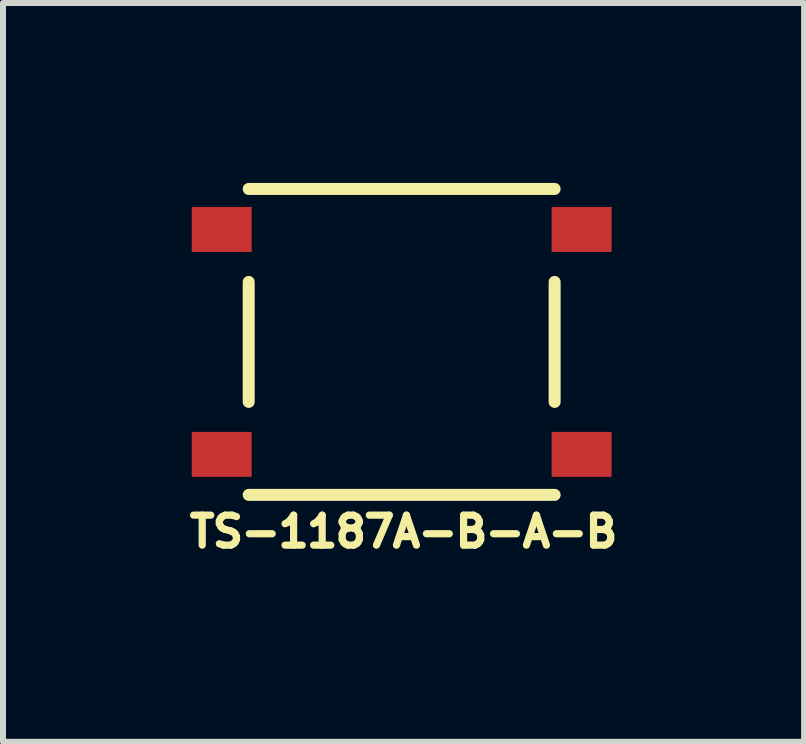
<source format=kicad_pcb>
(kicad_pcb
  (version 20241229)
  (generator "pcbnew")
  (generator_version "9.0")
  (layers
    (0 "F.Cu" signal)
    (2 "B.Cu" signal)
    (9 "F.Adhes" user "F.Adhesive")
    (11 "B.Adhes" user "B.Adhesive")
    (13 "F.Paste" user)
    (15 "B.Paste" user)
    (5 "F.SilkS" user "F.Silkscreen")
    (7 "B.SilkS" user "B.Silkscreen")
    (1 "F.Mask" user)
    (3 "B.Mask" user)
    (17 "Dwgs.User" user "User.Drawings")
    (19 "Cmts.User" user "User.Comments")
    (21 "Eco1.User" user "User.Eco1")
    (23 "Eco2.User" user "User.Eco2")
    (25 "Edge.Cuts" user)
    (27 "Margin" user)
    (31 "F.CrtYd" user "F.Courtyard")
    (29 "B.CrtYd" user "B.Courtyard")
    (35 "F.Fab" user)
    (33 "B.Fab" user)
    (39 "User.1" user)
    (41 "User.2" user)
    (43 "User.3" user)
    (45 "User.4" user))
  (footprint "TS-1187A-B-A-B"
    (layer "F.Cu")
    (at 3.646 2.65)
    (property "Reference" "TS-1187A-B-A-B" (at 0.032 3.163 0) (layer "F.SilkS") (effects (font (size 0.5 0.5) (thickness 0.12))))
    (attr through_hole)
    (fp_line (start -2.55 -2.55) (end 2.55 -2.55) (stroke (width 0.2) (type solid)) (layer "F.SilkS"))
    (fp_line (start -2.55 -1) (end -2.55 1) (stroke (width 0.2) (type solid)) (layer "F.SilkS"))
    (fp_line (start -2.55 2.55) (end 2.55 2.55) (stroke (width 0.2) (type solid)) (layer "F.SilkS"))
    (fp_line (start 2.55 -1) (end 2.55 1) (stroke (width 0.2) (type solid)) (layer "F.SilkS"))
    (pad "1" smd rect (at -3 -1.875) (size 1 0.75) (layers "F.Cu" "F.Mask" "F.Paste"))
    (pad "1" smd rect (at 3 -1.875) (size 1 0.75) (layers "F.Cu" "F.Mask" "F.Paste"))
    (pad "2" smd rect (at -3 1.875) (size 1 0.75) (layers "F.Cu" "F.Mask" "F.Paste"))
    (pad "2" smd rect (at 3 1.875) (size 1 0.75) (layers "F.Cu" "F.Mask" "F.Paste")))
  (gr_rect
    (start -3 -3)
    (end 10.355 9.316)
    (stroke (width 0.1) (type default))
    (fill no)
    (layer "Edge.Cuts")))
</source>
